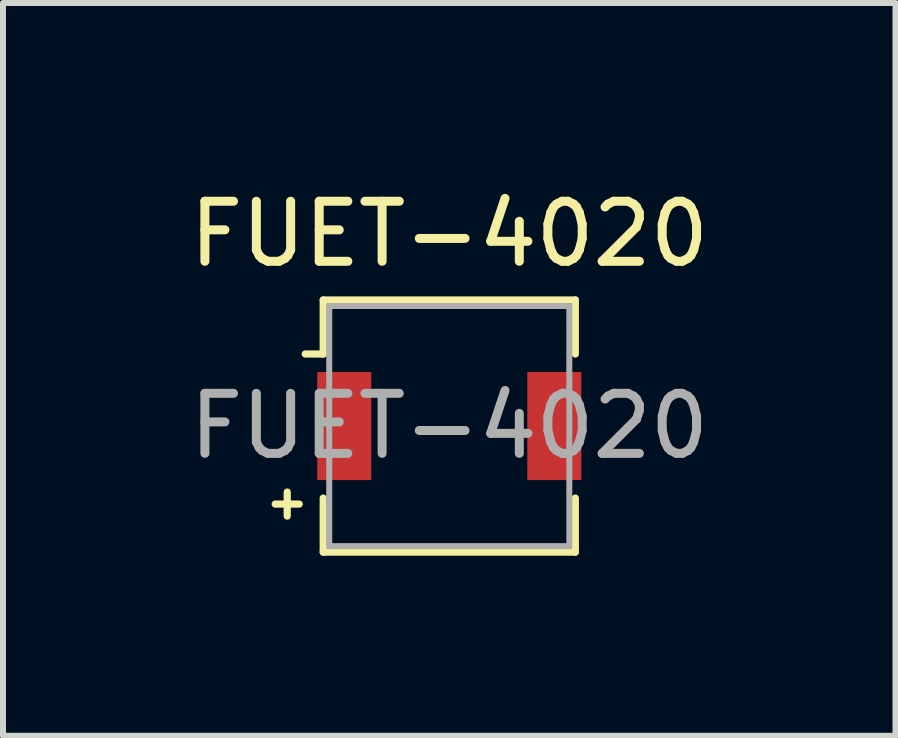
<source format=kicad_pcb>
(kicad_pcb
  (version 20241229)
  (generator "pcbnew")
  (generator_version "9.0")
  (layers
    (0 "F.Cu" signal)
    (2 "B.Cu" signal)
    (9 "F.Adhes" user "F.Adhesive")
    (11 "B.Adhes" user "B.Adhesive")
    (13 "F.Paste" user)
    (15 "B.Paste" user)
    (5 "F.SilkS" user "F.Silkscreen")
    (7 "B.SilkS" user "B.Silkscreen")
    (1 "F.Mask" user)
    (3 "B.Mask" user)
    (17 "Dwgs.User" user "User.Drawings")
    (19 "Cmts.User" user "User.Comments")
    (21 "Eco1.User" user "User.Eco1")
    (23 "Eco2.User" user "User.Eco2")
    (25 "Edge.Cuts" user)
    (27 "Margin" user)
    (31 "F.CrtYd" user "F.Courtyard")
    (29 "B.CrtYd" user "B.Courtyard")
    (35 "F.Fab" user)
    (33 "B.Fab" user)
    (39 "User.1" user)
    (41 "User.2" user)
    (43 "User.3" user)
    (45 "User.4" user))
  (footprint "FUET-4020"
    (layer "F.Cu")
    (at 4.435 4.048)
    (property "Reference" "FUET-4020" (at 0 -3.2 0) (unlocked yes) (layer "F.SilkS") (effects (font (size 1 1) (thickness 0.15))))
    (attr smd)
    (fp_line (start -2.9 1.3) (end -2.5 1.3) (stroke (width 0.12) (type solid)) (layer "F.SilkS"))
    (fp_line (start -2.7 1.1) (end -2.7 1.5) (stroke (width 0.12) (type solid)) (layer "F.SilkS"))
    (fp_line (start -2.1 -2.1) (end -2.1 -1.2) (stroke (width 0.12) (type solid)) (layer "F.SilkS"))
    (fp_line (start -2.1 -2.1) (end 2.1 -2.1) (stroke (width 0.12) (type solid)) (layer "F.SilkS"))
    (fp_line (start -2.1 -1.2) (end -2.4 -1.2) (stroke (width 0.12) (type solid)) (layer "F.SilkS"))
    (fp_line (start -2.1 1.2) (end -2.1 2.1) (stroke (width 0.12) (type solid)) (layer "F.SilkS"))
    (fp_line (start -2.1 2.1) (end 2.1 2.1) (stroke (width 0.12) (type solid)) (layer "F.SilkS"))
    (fp_line (start 2.1 -2.1) (end 2.1 -1.2) (stroke (width 0.12) (type solid)) (layer "F.SilkS"))
    (fp_line (start 2.1 2.1) (end 2.1 1.2) (stroke (width 0.12) (type solid)) (layer "F.SilkS"))
    (fp_rect (start -2 -2) (end 2 2) (stroke (width 0.1) (type solid)) (fill no) (layer "F.Fab"))
    (fp_text user "${REFERENCE}" (at 0 0 0) (unlocked yes) (layer "F.Fab") (effects (font (size 1 1) (thickness 0.15))))
    (pad "1" smd rect (at -1.75 0) (size 0.9 1.8) (layers "F.Cu" "F.Mask" "F.Paste"))
    (pad "2" smd rect (at 1.75 0) (size 0.9 1.8) (layers "F.Cu" "F.Mask" "F.Paste")))
  (gr_rect
    (start -3 -3)
    (end 11.869 9.208)
    (stroke (width 0.1) (type default))
    (fill no)
    (layer "Edge.Cuts")))
</source>
